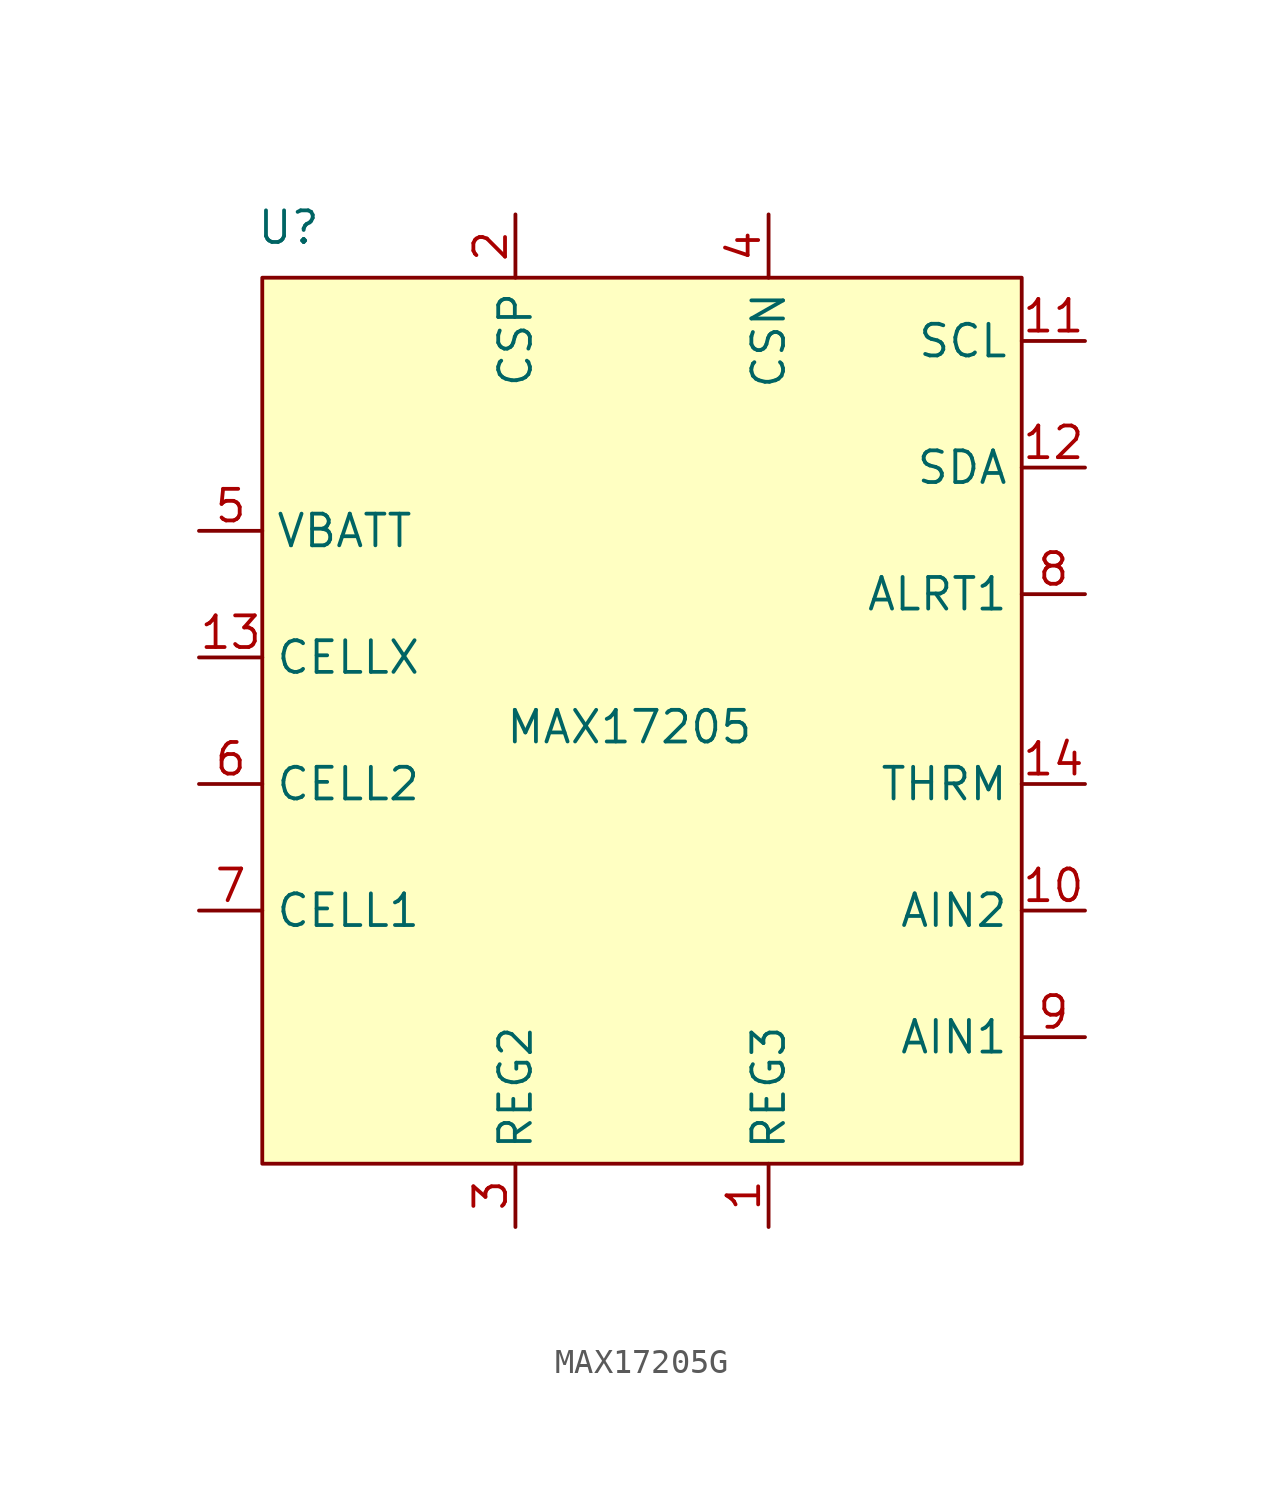
<source format=kicad_sym>
(kicad_symbol_lib
  (version 20231120)
  (generator "kicad_symbol_editor")
  (generator_version "8.0")
  (symbol "MAX17205G"
    (property "Reference" "U"
      (at -15.494 19.05 0)
      (effects (font (size 1.27 1.27)) (justify left bottom)))
    (property "Value" "MAX17205"
      (at -0.508 -0.254 0)
      (effects (font (size 1.27 1.27))))
    (symbol "MAX17205G_1_0"
      (pin power_in line (at 5.08 -20.32 90) (length 2.54) (name "REG3" (effects (font (size 1.27 1.27)))) (number "1" (effects (font (size 1.27 1.27)))))
      (pin input line (at 17.78 -7.62 180) (length 2.54) (name "AIN2" (effects (font (size 1.27 1.27)))) (number "10" (effects (font (size 1.27 1.27)))))
      (pin input line (at 17.78 15.24 180) (length 2.54) (name "SCL" (effects (font (size 1.27 1.27)))) (number "11" (effects (font (size 1.27 1.27)))))
      (pin bidirectional line (at 17.78 10.16 180) (length 2.54) (name "SDA" (effects (font (size 1.27 1.27)))) (number "12" (effects (font (size 1.27 1.27)))))
      (pin passive line (at -17.78 2.54 0) (length 2.54) (name "CELLX" (effects (font (size 1.27 1.27)))) (number "13" (effects (font (size 1.27 1.27)))))
      (pin passive line (at 17.78 -2.54 180) (length 2.54) (name "THRM" (effects (font (size 1.27 1.27)))) (number "14" (effects (font (size 1.27 1.27)))))
      (pin passive line (at -5.08 20.32 270) (length 2.54) (name "CSP" (effects (font (size 1.27 1.27)))) (number "2" (effects (font (size 1.27 1.27)))))
      (pin power_in line (at -5.08 -20.32 90) (length 2.54) (name "REG2" (effects (font (size 1.27 1.27)))) (number "3" (effects (font (size 1.27 1.27)))))
      (pin passive line (at 5.08 20.32 270) (length 2.54) (name "CSN" (effects (font (size 1.27 1.27)))) (number "4" (effects (font (size 1.27 1.27)))))
      (pin power_in line (at -17.78 7.62 0) (length 2.54) (name "VBATT" (effects (font (size 1.27 1.27)))) (number "5" (effects (font (size 1.27 1.27)))))
      (pin passive line (at -17.78 -2.54 0) (length 2.54) (name "CELL2" (effects (font (size 1.27 1.27)))) (number "6" (effects (font (size 1.27 1.27)))))
      (pin passive line (at -17.78 -7.62 0) (length 2.54) (name "CELL1" (effects (font (size 1.27 1.27)))) (number "7" (effects (font (size 1.27 1.27)))))
      (pin output line (at 17.78 5.08 180) (length 2.54) (name "ALRT1" (effects (font (size 1.27 1.27)))) (number "8" (effects (font (size 1.27 1.27)))))
      (pin input line (at 17.78 -12.7 180) (length 2.54) (name "AIN1" (effects (font (size 1.27 1.27)))) (number "9" (effects (font (size 1.27 1.27))))))
    (symbol "MAX17205G_1_1"
      (rectangle (start -15.24 17.78) (end 15.24 -17.78) (stroke (width 0) (type default)) (fill (type background))))))
</source>
